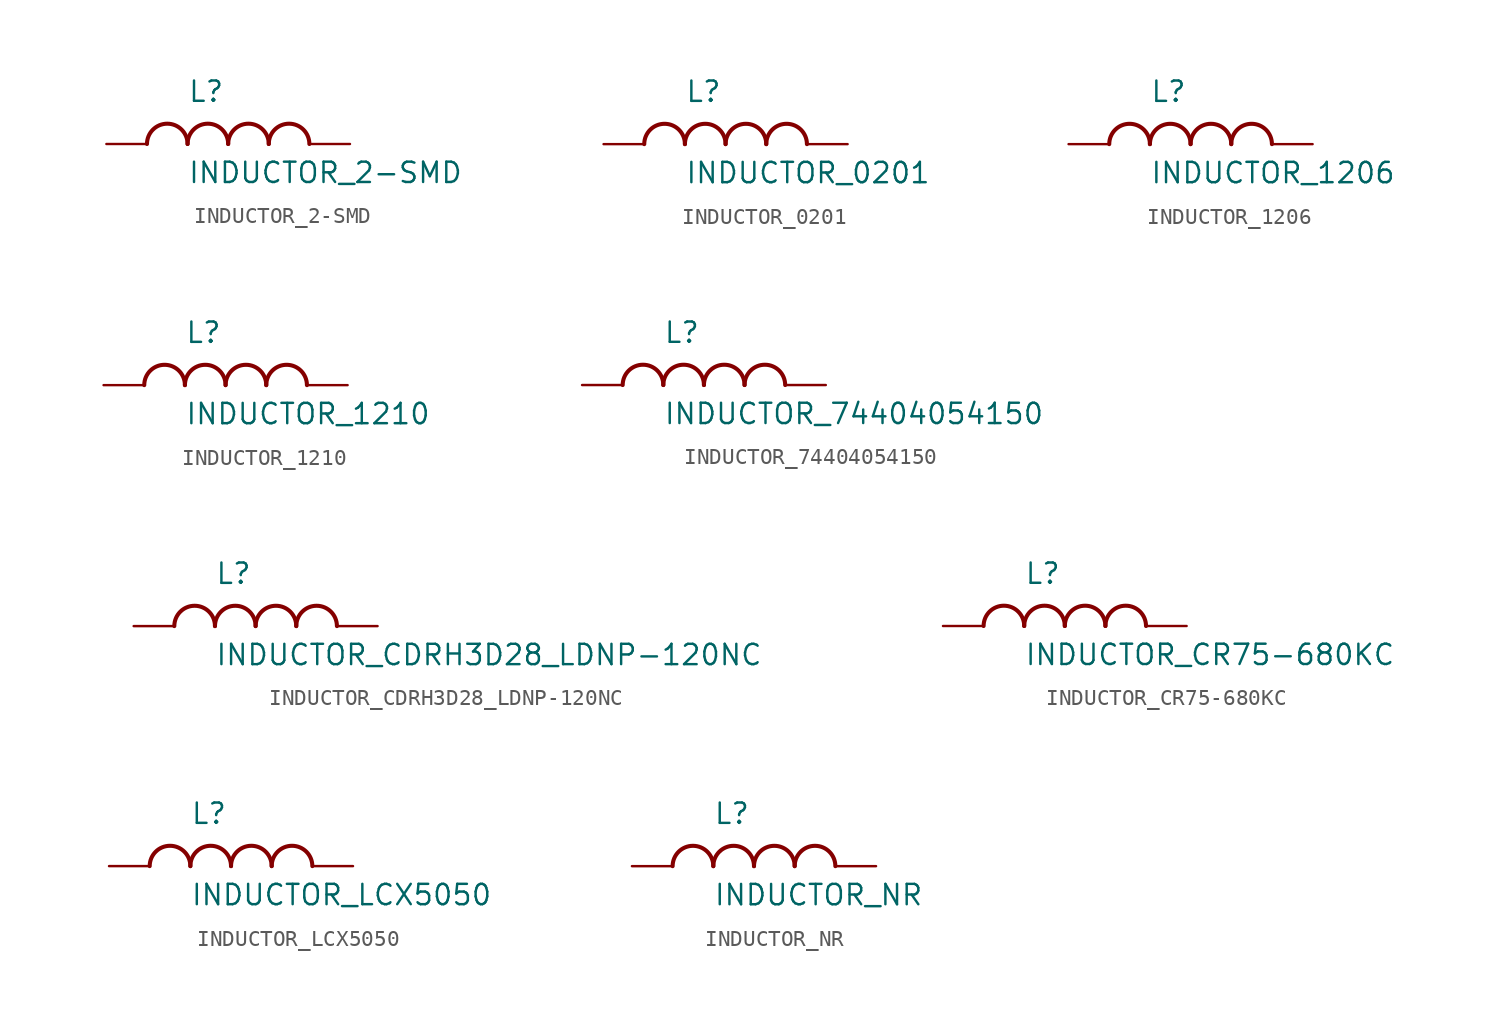
<source format=kicad_sym>
(kicad_symbol_lib
  (version 20211014)
  (generator kicad_symbol_editor)
  (symbol "INDUCTOR_2-SMD"
    (pin_numbers hide)
    (pin_names hide)
    (property "Reference" "L"
      (at -2.54 2.54 0)
      (effects (font (size 1.27 1.27)) (justify left bottom)))
    (property "Value" "INDUCTOR_2-SMD"
      (at -2.54 -2.54 0)
      (effects (font (size 1.27 1.27)) (justify left bottom)))
    (property "Datasheet" ""
      (at 0 0 0))
    (property "ki_fp_filters" "FlashPCB_Inductors:INDUCTOR_10.85MMX10.00MM FlashPCB_Inductors:INDUCTOR_11.15MMX10.00MM FlashPCB_Inductors:INDUCTOR_13.65MMX12.60MM FlashPCB_Inductors:INDUCTOR_3.50MMX3.20MM FlashPCB_Inductors:INDUCTOR_4.45MMX4.06MM FlashPCB_Inductors:INDUCTOR_5.20MMX5.20MM FlashPCB_Inductors:INDUCTOR_5.50MMX5.30MM FlashPCB_Inductors:INDUCTOR_6.00MMX6.00MM FlashPCB_Inductors:INDUCTOR_7.15MMX6.60MM FlashPCB_Inductors:14-LGA(3X5)"
      (at 0 0 0))
    (symbol "INDUCTOR_2-SMD_1_1"
      (arc (start -2.54 0) (mid -3.81 1.27) (end -5.08 0) (stroke (width 0.254) (type default) (color 0 0 0 0)) (fill (type none)))
      (arc (start 0 0) (mid -1.27 1.27) (end -2.54 0) (stroke (width 0.254) (type default) (color 0 0 0 0)) (fill (type none)))
      (arc (start 2.54 0) (mid 1.27 1.27) (end 0 0) (stroke (width 0.254) (type default) (color 0 0 0 0)) (fill (type none)))
      (arc (start 5.08 0) (mid 3.81 1.27) (end 2.54 0) (stroke (width 0.254) (type default) (color 0 0 0 0)) (fill (type none)))
      (pin bidirectional line (at -7.62 0 0) (length 2.54) (name "P$1" (effects (font (size 0 0)))) (number "1" (effects (font (size 0 0)))))
      (pin bidirectional line (at 7.62 0 180) (length 2.54) (name "P$2" (effects (font (size 0 0)))) (number "2" (effects (font (size 0 0)))))))
  (symbol "INDUCTOR_0201"
    (pin_numbers hide)
    (pin_names hide)
    (property "Reference" "L"
      (at -2.54 2.54 0)
      (effects (font (size 1.27 1.27)) (justify left bottom)))
    (property "Value" "INDUCTOR_0201"
      (at -2.54 -2.54 0)
      (effects (font (size 1.27 1.27)) (justify left bottom)))
    (property "Datasheet" ""
      (at 0 0 0))
    (property "ki_fp_filters" "FlashPCB_Inductors:INDUCTOR_0201"
      (at 0 0 0))
    (symbol "INDUCTOR_0201_1_1"
      (arc (start -2.54 0) (mid -3.81 1.27) (end -5.08 0) (stroke (width 0.254) (type default) (color 0 0 0 0)) (fill (type none)))
      (arc (start 0 0) (mid -1.27 1.27) (end -2.54 0) (stroke (width 0.254) (type default) (color 0 0 0 0)) (fill (type none)))
      (arc (start 2.54 0) (mid 1.27 1.27) (end 0 0) (stroke (width 0.254) (type default) (color 0 0 0 0)) (fill (type none)))
      (arc (start 5.08 0) (mid 3.81 1.27) (end 2.54 0) (stroke (width 0.254) (type default) (color 0 0 0 0)) (fill (type none)))
      (pin bidirectional line (at -7.62 0 0) (length 2.54) (name "P$1" (effects (font (size 0 0)))) (number "1" (effects (font (size 0 0)))))
      (pin bidirectional line (at 7.62 0 180) (length 2.54) (name "P$2" (effects (font (size 0 0)))) (number "2" (effects (font (size 0 0)))))))
  (symbol "INDUCTOR_1206"
    (pin_numbers hide)
    (pin_names hide)
    (property "Reference" "L"
      (at -2.54 2.54 0)
      (effects (font (size 1.27 1.27)) (justify left bottom)))
    (property "Value" "INDUCTOR_1206"
      (at -2.54 -2.54 0)
      (effects (font (size 1.27 1.27)) (justify left bottom)))
    (property "Datasheet" ""
      (at 0 0 0))
    (property "ki_fp_filters" "FlashPCB_Inductors:INDUCTOR_1206"
      (at 0 0 0))
    (symbol "INDUCTOR_1206_1_1"
      (arc (start -2.54 0) (mid -3.81 1.27) (end -5.08 0) (stroke (width 0.254) (type default) (color 0 0 0 0)) (fill (type none)))
      (arc (start 0 0) (mid -1.27 1.27) (end -2.54 0) (stroke (width 0.254) (type default) (color 0 0 0 0)) (fill (type none)))
      (arc (start 2.54 0) (mid 1.27 1.27) (end 0 0) (stroke (width 0.254) (type default) (color 0 0 0 0)) (fill (type none)))
      (arc (start 5.08 0) (mid 3.81 1.27) (end 2.54 0) (stroke (width 0.254) (type default) (color 0 0 0 0)) (fill (type none)))
      (pin bidirectional line (at -7.62 0 0) (length 2.54) (name "P$1" (effects (font (size 0 0)))) (number "1" (effects (font (size 0 0)))))
      (pin bidirectional line (at 7.62 0 180) (length 2.54) (name "P$2" (effects (font (size 0 0)))) (number "2" (effects (font (size 0 0)))))))
  (symbol "INDUCTOR_1210"
    (pin_numbers hide)
    (pin_names hide)
    (property "Reference" "L"
      (at -2.54 2.54 0)
      (effects (font (size 1.27 1.27)) (justify left bottom)))
    (property "Value" "INDUCTOR_1210"
      (at -2.54 -2.54 0)
      (effects (font (size 1.27 1.27)) (justify left bottom)))
    (property "Datasheet" ""
      (at 0 0 0))
    (property "ki_fp_filters" "FlashPCB_Inductors:INDUCTOR_1210"
      (at 0 0 0))
    (symbol "INDUCTOR_1210_1_1"
      (arc (start -2.54 0) (mid -3.81 1.27) (end -5.08 0) (stroke (width 0.254) (type default) (color 0 0 0 0)) (fill (type none)))
      (arc (start 0 0) (mid -1.27 1.27) (end -2.54 0) (stroke (width 0.254) (type default) (color 0 0 0 0)) (fill (type none)))
      (arc (start 2.54 0) (mid 1.27 1.27) (end 0 0) (stroke (width 0.254) (type default) (color 0 0 0 0)) (fill (type none)))
      (arc (start 5.08 0) (mid 3.81 1.27) (end 2.54 0) (stroke (width 0.254) (type default) (color 0 0 0 0)) (fill (type none)))
      (pin bidirectional line (at -7.62 0 0) (length 2.54) (name "P$1" (effects (font (size 0 0)))) (number "1" (effects (font (size 0 0)))))
      (pin bidirectional line (at 7.62 0 180) (length 2.54) (name "P$2" (effects (font (size 0 0)))) (number "2" (effects (font (size 0 0)))))))
  (symbol "INDUCTOR_74404054150"
    (pin_numbers hide)
    (pin_names hide)
    (property "Reference" "L"
      (at -2.54 2.54 0)
      (effects (font (size 1.27 1.27)) (justify left bottom)))
    (property "Value" "INDUCTOR_74404054150"
      (at -2.54 -2.54 0)
      (effects (font (size 1.27 1.27)) (justify left bottom)))
    (property "Datasheet" ""
      (at 0 0 0))
    (property "ki_fp_filters" "FlashPCB_Inductors:INDUCTOR_74404054150"
      (at 0 0 0))
    (symbol "INDUCTOR_74404054150_1_1"
      (arc (start -2.54 0) (mid -3.81 1.27) (end -5.08 0) (stroke (width 0.254) (type default) (color 0 0 0 0)) (fill (type none)))
      (arc (start 0 0) (mid -1.27 1.27) (end -2.54 0) (stroke (width 0.254) (type default) (color 0 0 0 0)) (fill (type none)))
      (arc (start 2.54 0) (mid 1.27 1.27) (end 0 0) (stroke (width 0.254) (type default) (color 0 0 0 0)) (fill (type none)))
      (arc (start 5.08 0) (mid 3.81 1.27) (end 2.54 0) (stroke (width 0.254) (type default) (color 0 0 0 0)) (fill (type none)))
      (pin bidirectional line (at -7.62 0 0) (length 2.54) (name "P$1" (effects (font (size 0 0)))) (number "1" (effects (font (size 0 0)))))
      (pin bidirectional line (at 7.62 0 180) (length 2.54) (name "P$2" (effects (font (size 0 0)))) (number "2" (effects (font (size 0 0)))))))
  (symbol "INDUCTOR_CDRH3D28_LDNP-120NC"
    (pin_numbers hide)
    (pin_names hide)
    (property "Reference" "L"
      (at -2.54 2.54 0)
      (effects (font (size 1.27 1.27)) (justify left bottom)))
    (property "Value" "INDUCTOR_CDRH3D28_LDNP-120NC"
      (at -2.54 -2.54 0)
      (effects (font (size 1.27 1.27)) (justify left bottom)))
    (property "Datasheet" ""
      (at 0 0 0))
    (property "ki_fp_filters" "FlashPCB_Inductors:INDUCTOR_CDRH3D28_LDNP-120NC"
      (at 0 0 0))
    (symbol "INDUCTOR_CDRH3D28_LDNP-120NC_1_1"
      (arc (start -2.54 0) (mid -3.81 1.27) (end -5.08 0) (stroke (width 0.254) (type default) (color 0 0 0 0)) (fill (type none)))
      (arc (start 0 0) (mid -1.27 1.27) (end -2.54 0) (stroke (width 0.254) (type default) (color 0 0 0 0)) (fill (type none)))
      (arc (start 2.54 0) (mid 1.27 1.27) (end 0 0) (stroke (width 0.254) (type default) (color 0 0 0 0)) (fill (type none)))
      (arc (start 5.08 0) (mid 3.81 1.27) (end 2.54 0) (stroke (width 0.254) (type default) (color 0 0 0 0)) (fill (type none)))
      (pin bidirectional line (at -7.62 0 0) (length 2.54) (name "P$1" (effects (font (size 0 0)))) (number "1" (effects (font (size 0 0)))))
      (pin bidirectional line (at 7.62 0 180) (length 2.54) (name "P$2" (effects (font (size 0 0)))) (number "2" (effects (font (size 0 0)))))))
  (symbol "INDUCTOR_CR75-680KC"
    (pin_numbers hide)
    (pin_names hide)
    (property "Reference" "L"
      (at -2.54 2.54 0)
      (effects (font (size 1.27 1.27)) (justify left bottom)))
    (property "Value" "INDUCTOR_CR75-680KC"
      (at -2.54 -2.54 0)
      (effects (font (size 1.27 1.27)) (justify left bottom)))
    (property "Datasheet" ""
      (at 0 0 0))
    (property "ki_fp_filters" "FlashPCB_Inductors:INDUCTOR_CR75-680KC"
      (at 0 0 0))
    (symbol "INDUCTOR_CR75-680KC_1_1"
      (arc (start -2.54 0) (mid -3.81 1.27) (end -5.08 0) (stroke (width 0.254) (type default) (color 0 0 0 0)) (fill (type none)))
      (arc (start 0 0) (mid -1.27 1.27) (end -2.54 0) (stroke (width 0.254) (type default) (color 0 0 0 0)) (fill (type none)))
      (arc (start 2.54 0) (mid 1.27 1.27) (end 0 0) (stroke (width 0.254) (type default) (color 0 0 0 0)) (fill (type none)))
      (arc (start 5.08 0) (mid 3.81 1.27) (end 2.54 0) (stroke (width 0.254) (type default) (color 0 0 0 0)) (fill (type none)))
      (pin bidirectional line (at -7.62 0 0) (length 2.54) (name "P$1" (effects (font (size 0 0)))) (number "1" (effects (font (size 0 0)))))
      (pin bidirectional line (at 7.62 0 180) (length 2.54) (name "P$2" (effects (font (size 0 0)))) (number "2" (effects (font (size 0 0)))))))
  (symbol "INDUCTOR_LCX5050"
    (pin_numbers hide)
    (pin_names hide)
    (property "Reference" "L"
      (at -2.54 2.54 0)
      (effects (font (size 1.27 1.27)) (justify left bottom)))
    (property "Value" "INDUCTOR_LCX5050"
      (at -2.54 -2.54 0)
      (effects (font (size 1.27 1.27)) (justify left bottom)))
    (property "Datasheet" ""
      (at 0 0 0))
    (property "ki_fp_filters" "FlashPCB_Inductors:INDUCTOR_LCX5050"
      (at 0 0 0))
    (symbol "INDUCTOR_LCX5050_1_1"
      (arc (start -2.54 0) (mid -3.81 1.27) (end -5.08 0) (stroke (width 0.254) (type default) (color 0 0 0 0)) (fill (type none)))
      (arc (start 0 0) (mid -1.27 1.27) (end -2.54 0) (stroke (width 0.254) (type default) (color 0 0 0 0)) (fill (type none)))
      (arc (start 2.54 0) (mid 1.27 1.27) (end 0 0) (stroke (width 0.254) (type default) (color 0 0 0 0)) (fill (type none)))
      (arc (start 5.08 0) (mid 3.81 1.27) (end 2.54 0) (stroke (width 0.254) (type default) (color 0 0 0 0)) (fill (type none)))
      (pin bidirectional line (at -7.62 0 0) (length 2.54) (name "P$1" (effects (font (size 0 0)))) (number "1" (effects (font (size 0 0)))))
      (pin bidirectional line (at 7.62 0 180) (length 2.54) (name "P$2" (effects (font (size 0 0)))) (number "2" (effects (font (size 0 0)))))))
  (symbol "INDUCTOR_NR"
    (pin_numbers hide)
    (pin_names hide)
    (property "Reference" "L"
      (at -2.54 2.54 0)
      (effects (font (size 1.27 1.27)) (justify left bottom)))
    (property "Value" "INDUCTOR_NR"
      (at -2.54 -2.54 0)
      (effects (font (size 1.27 1.27)) (justify left bottom)))
    (property "Datasheet" ""
      (at 0 0 0))
    (property "ki_fp_filters" "FlashPCB_Inductors:INDUCTOR_NR30 FlashPCB_Inductors:INDUCTOR_NR40 FlashPCB_Inductors:INDUCTOR_NR50 FlashPCB_Inductors:INDUCTOR_NR60 FlashPCB_Inductors:INDUCTOR_NR80 FlashPCB_Inductors:INDUCTOR_NRH24 FlashPCB_Inductors:INDUCTOR_NRS20"
      (at 0 0 0))
    (symbol "INDUCTOR_NR_1_1"
      (arc (start -2.54 0) (mid -3.81 1.27) (end -5.08 0) (stroke (width 0.254) (type default) (color 0 0 0 0)) (fill (type none)))
      (arc (start 0 0) (mid -1.27 1.27) (end -2.54 0) (stroke (width 0.254) (type default) (color 0 0 0 0)) (fill (type none)))
      (arc (start 2.54 0) (mid 1.27 1.27) (end 0 0) (stroke (width 0.254) (type default) (color 0 0 0 0)) (fill (type none)))
      (arc (start 5.08 0) (mid 3.81 1.27) (end 2.54 0) (stroke (width 0.254) (type default) (color 0 0 0 0)) (fill (type none)))
      (pin bidirectional line (at -7.62 0 0) (length 2.54) (name "P$1" (effects (font (size 0 0)))) (number "1" (effects (font (size 0 0)))))
      (pin bidirectional line (at 7.62 0 180) (length 2.54) (name "P$2" (effects (font (size 0 0)))) (number "2" (effects (font (size 0 0))))))))
</source>
